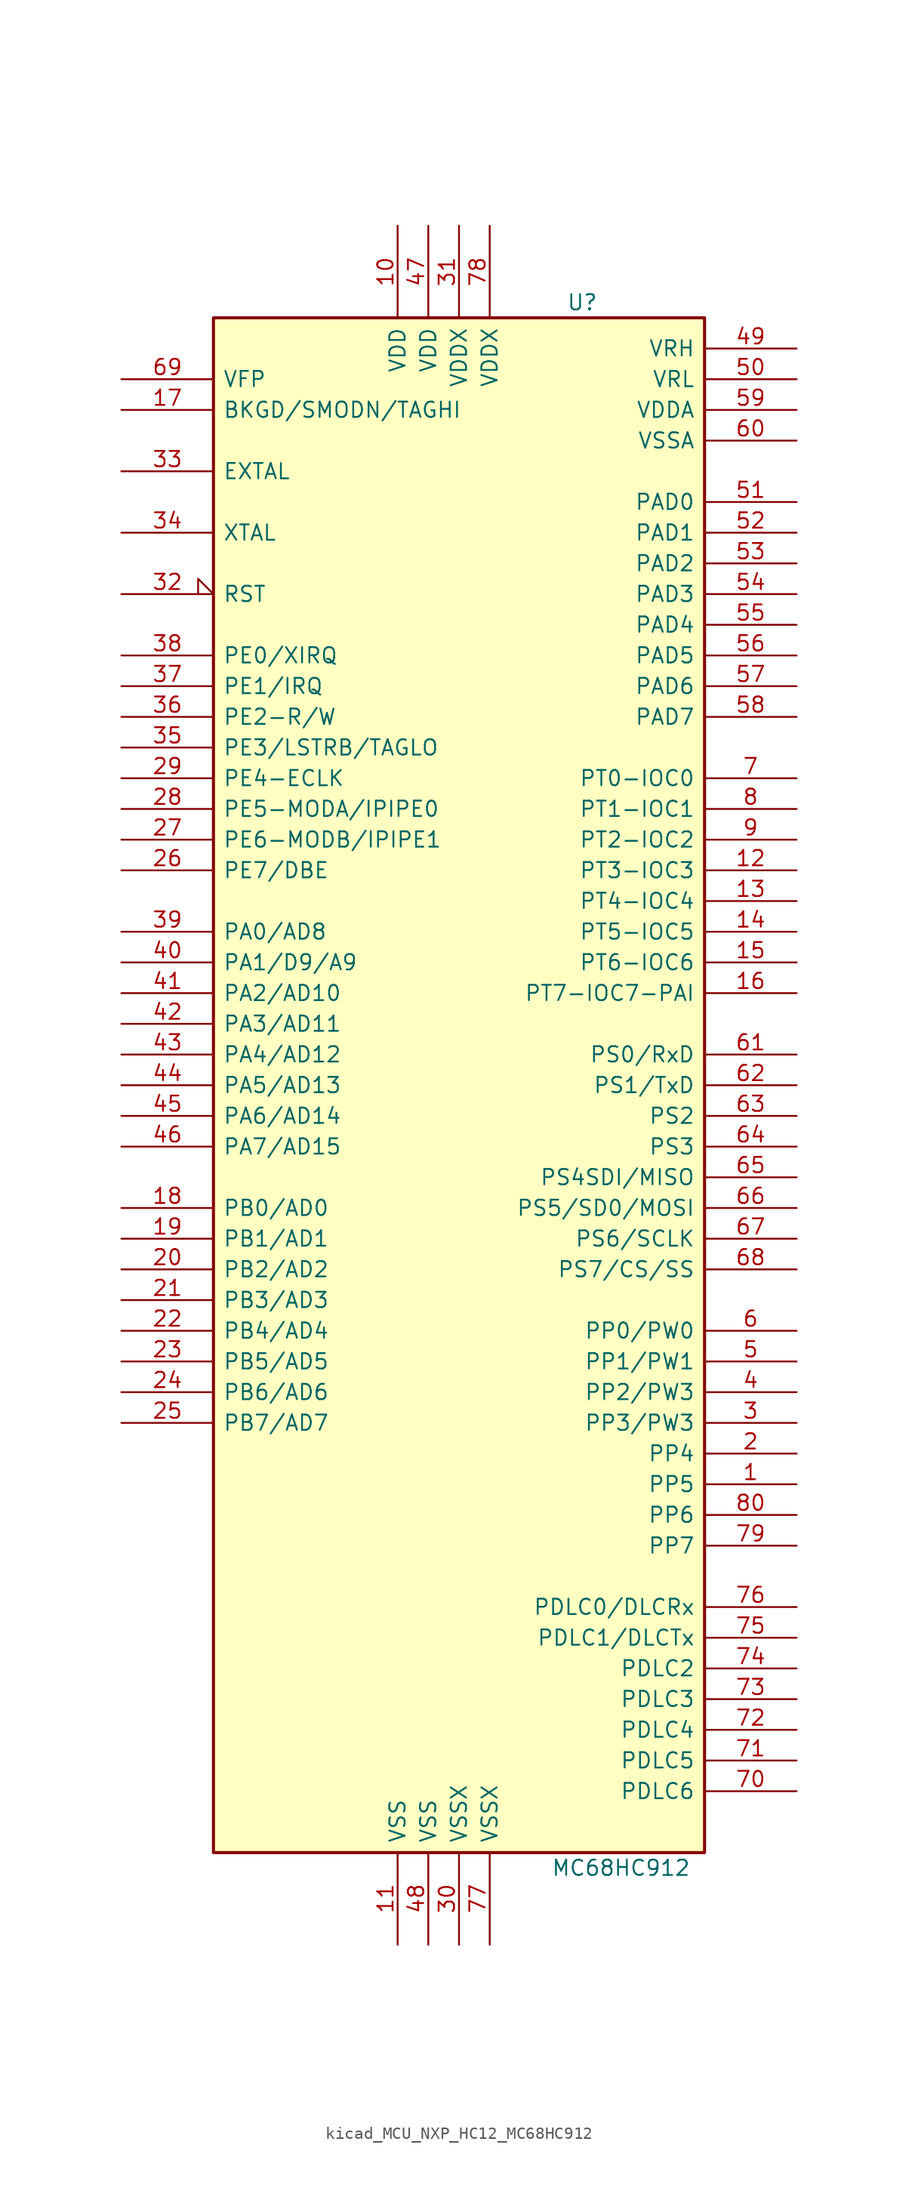
<source format=kicad_sym>
(kicad_symbol_lib
  (version 20220914)
  (generator kicad_symbol_editor)
  (symbol "kicad_MCU_NXP_HC12_MC68HC912"
    (pin_names
      (offset 0.762))
    (property "Reference" "U"
      (at 8.89 67.31 0)
      (effects (font (size 1.27 1.27)) (justify left)))
    (property "Value" "MC68HC912"
      (at 7.62 -62.23 0)
      (effects (font (size 1.27 1.27)) (justify left)))
    (symbol "kicad_MCU_NXP_HC12_MC68HC912_0_1"
      (rectangle (start -20.32 -60.96) (end 20.32 66.04) (stroke (width 0.254) (type default)) (fill (type background))))
    (symbol "kicad_MCU_NXP_HC12_MC68HC912_1_1"
      (pin bidirectional line (at 27.94 -30.48 180) (length 7.62) (name "PP5" (effects (font (size 1.27 1.27)))) (number "1" (effects (font (size 1.27 1.27)))))
      (pin power_in line (at -5.08 73.66 270) (length 7.62) (name "VDD" (effects (font (size 1.27 1.27)))) (number "10" (effects (font (size 1.27 1.27)))))
      (pin power_in line (at -5.08 -68.58 90) (length 7.62) (name "VSS" (effects (font (size 1.27 1.27)))) (number "11" (effects (font (size 1.27 1.27)))))
      (pin bidirectional line (at 27.94 20.32 180) (length 7.62) (name "PT3-IOC3" (effects (font (size 1.27 1.27)))) (number "12" (effects (font (size 1.27 1.27)))))
      (pin bidirectional line (at 27.94 17.78 180) (length 7.62) (name "PT4-IOC4" (effects (font (size 1.27 1.27)))) (number "13" (effects (font (size 1.27 1.27)))))
      (pin bidirectional line (at 27.94 15.24 180) (length 7.62) (name "PT5-IOC5" (effects (font (size 1.27 1.27)))) (number "14" (effects (font (size 1.27 1.27)))))
      (pin bidirectional line (at 27.94 12.7 180) (length 7.62) (name "PT6-IOC6" (effects (font (size 1.27 1.27)))) (number "15" (effects (font (size 1.27 1.27)))))
      (pin bidirectional line (at 27.94 10.16 180) (length 7.62) (name "PT7-IOC7-PAI" (effects (font (size 1.27 1.27)))) (number "16" (effects (font (size 1.27 1.27)))))
      (pin bidirectional line (at -27.94 58.42 0) (length 7.62) (name "BKGD/SMODN/TAGHI" (effects (font (size 1.27 1.27)))) (number "17" (effects (font (size 1.27 1.27)))))
      (pin bidirectional line (at -27.94 -7.62 0) (length 7.62) (name "PB0/AD0" (effects (font (size 1.27 1.27)))) (number "18" (effects (font (size 1.27 1.27)))))
      (pin bidirectional line (at -27.94 -10.16 0) (length 7.62) (name "PB1/AD1" (effects (font (size 1.27 1.27)))) (number "19" (effects (font (size 1.27 1.27)))))
      (pin bidirectional line (at 27.94 -27.94 180) (length 7.62) (name "PP4" (effects (font (size 1.27 1.27)))) (number "2" (effects (font (size 1.27 1.27)))))
      (pin bidirectional line (at -27.94 -12.7 0) (length 7.62) (name "PB2/AD2" (effects (font (size 1.27 1.27)))) (number "20" (effects (font (size 1.27 1.27)))))
      (pin bidirectional line (at -27.94 -15.24 0) (length 7.62) (name "PB3/AD3" (effects (font (size 1.27 1.27)))) (number "21" (effects (font (size 1.27 1.27)))))
      (pin bidirectional line (at -27.94 -17.78 0) (length 7.62) (name "PB4/AD4" (effects (font (size 1.27 1.27)))) (number "22" (effects (font (size 1.27 1.27)))))
      (pin bidirectional line (at -27.94 -20.32 0) (length 7.62) (name "PB5/AD5" (effects (font (size 1.27 1.27)))) (number "23" (effects (font (size 1.27 1.27)))))
      (pin bidirectional line (at -27.94 -22.86 0) (length 7.62) (name "PB6/AD6" (effects (font (size 1.27 1.27)))) (number "24" (effects (font (size 1.27 1.27)))))
      (pin bidirectional line (at -27.94 -25.4 0) (length 7.62) (name "PB7/AD7" (effects (font (size 1.27 1.27)))) (number "25" (effects (font (size 1.27 1.27)))))
      (pin bidirectional line (at -27.94 20.32 0) (length 7.62) (name "PE7/DBE" (effects (font (size 1.27 1.27)))) (number "26" (effects (font (size 1.27 1.27)))))
      (pin bidirectional line (at -27.94 22.86 0) (length 7.62) (name "PE6-MODB/IPIPE1" (effects (font (size 1.27 1.27)))) (number "27" (effects (font (size 1.27 1.27)))))
      (pin bidirectional line (at -27.94 25.4 0) (length 7.62) (name "PE5-MODA/IPIPE0" (effects (font (size 1.27 1.27)))) (number "28" (effects (font (size 1.27 1.27)))))
      (pin bidirectional line (at -27.94 27.94 0) (length 7.62) (name "PE4-ECLK" (effects (font (size 1.27 1.27)))) (number "29" (effects (font (size 1.27 1.27)))))
      (pin bidirectional line (at 27.94 -25.4 180) (length 7.62) (name "PP3/PW3" (effects (font (size 1.27 1.27)))) (number "3" (effects (font (size 1.27 1.27)))))
      (pin power_in line (at 0 -68.58 90) (length 7.62) (name "VSSX" (effects (font (size 1.27 1.27)))) (number "30" (effects (font (size 1.27 1.27)))))
      (pin power_in line (at 0 73.66 270) (length 7.62) (name "VDDX" (effects (font (size 1.27 1.27)))) (number "31" (effects (font (size 1.27 1.27)))))
      (pin bidirectional input_low (at -27.94 43.18 0) (length 7.62) (name "RST" (effects (font (size 1.27 1.27)))) (number "32" (effects (font (size 1.27 1.27)))))
      (pin input line (at -27.94 53.34 0) (length 7.62) (name "EXTAL" (effects (font (size 1.27 1.27)))) (number "33" (effects (font (size 1.27 1.27)))))
      (pin output line (at -27.94 48.26 0) (length 7.62) (name "XTAL" (effects (font (size 1.27 1.27)))) (number "34" (effects (font (size 1.27 1.27)))))
      (pin bidirectional line (at -27.94 30.48 0) (length 7.62) (name "PE3/LSTRB/TAGLO" (effects (font (size 1.27 1.27)))) (number "35" (effects (font (size 1.27 1.27)))))
      (pin bidirectional line (at -27.94 33.02 0) (length 7.62) (name "PE2-R/W" (effects (font (size 1.27 1.27)))) (number "36" (effects (font (size 1.27 1.27)))))
      (pin input line (at -27.94 35.56 0) (length 7.62) (name "PE1/IRQ" (effects (font (size 1.27 1.27)))) (number "37" (effects (font (size 1.27 1.27)))))
      (pin input line (at -27.94 38.1 0) (length 7.62) (name "PE0/XIRQ" (effects (font (size 1.27 1.27)))) (number "38" (effects (font (size 1.27 1.27)))))
      (pin bidirectional line (at -27.94 15.24 0) (length 7.62) (name "PA0/AD8" (effects (font (size 1.27 1.27)))) (number "39" (effects (font (size 1.27 1.27)))))
      (pin bidirectional line (at 27.94 -22.86 180) (length 7.62) (name "PP2/PW3" (effects (font (size 1.27 1.27)))) (number "4" (effects (font (size 1.27 1.27)))))
      (pin bidirectional line (at -27.94 12.7 0) (length 7.62) (name "PA1/D9/A9" (effects (font (size 1.27 1.27)))) (number "40" (effects (font (size 1.27 1.27)))))
      (pin bidirectional line (at -27.94 10.16 0) (length 7.62) (name "PA2/AD10" (effects (font (size 1.27 1.27)))) (number "41" (effects (font (size 1.27 1.27)))))
      (pin bidirectional line (at -27.94 7.62 0) (length 7.62) (name "PA3/AD11" (effects (font (size 1.27 1.27)))) (number "42" (effects (font (size 1.27 1.27)))))
      (pin bidirectional line (at -27.94 5.08 0) (length 7.62) (name "PA4/AD12" (effects (font (size 1.27 1.27)))) (number "43" (effects (font (size 1.27 1.27)))))
      (pin bidirectional line (at -27.94 2.54 0) (length 7.62) (name "PA5/AD13" (effects (font (size 1.27 1.27)))) (number "44" (effects (font (size 1.27 1.27)))))
      (pin bidirectional line (at -27.94 0 0) (length 7.62) (name "PA6/AD14" (effects (font (size 1.27 1.27)))) (number "45" (effects (font (size 1.27 1.27)))))
      (pin bidirectional line (at -27.94 -2.54 0) (length 7.62) (name "PA7/AD15" (effects (font (size 1.27 1.27)))) (number "46" (effects (font (size 1.27 1.27)))))
      (pin power_in line (at -2.54 73.66 270) (length 7.62) (name "VDD" (effects (font (size 1.27 1.27)))) (number "47" (effects (font (size 1.27 1.27)))))
      (pin power_in line (at -2.54 -68.58 90) (length 7.62) (name "VSS" (effects (font (size 1.27 1.27)))) (number "48" (effects (font (size 1.27 1.27)))))
      (pin input line (at 27.94 63.5 180) (length 7.62) (name "VRH" (effects (font (size 1.27 1.27)))) (number "49" (effects (font (size 1.27 1.27)))))
      (pin bidirectional line (at 27.94 -20.32 180) (length 7.62) (name "PP1/PW1" (effects (font (size 1.27 1.27)))) (number "5" (effects (font (size 1.27 1.27)))))
      (pin input line (at 27.94 60.96 180) (length 7.62) (name "VRL" (effects (font (size 1.27 1.27)))) (number "50" (effects (font (size 1.27 1.27)))))
      (pin input line (at 27.94 50.8 180) (length 7.62) (name "PAD0" (effects (font (size 1.27 1.27)))) (number "51" (effects (font (size 1.27 1.27)))))
      (pin input line (at 27.94 48.26 180) (length 7.62) (name "PAD1" (effects (font (size 1.27 1.27)))) (number "52" (effects (font (size 1.27 1.27)))))
      (pin input line (at 27.94 45.72 180) (length 7.62) (name "PAD2" (effects (font (size 1.27 1.27)))) (number "53" (effects (font (size 1.27 1.27)))))
      (pin input line (at 27.94 43.18 180) (length 7.62) (name "PAD3" (effects (font (size 1.27 1.27)))) (number "54" (effects (font (size 1.27 1.27)))))
      (pin input line (at 27.94 40.64 180) (length 7.62) (name "PAD4" (effects (font (size 1.27 1.27)))) (number "55" (effects (font (size 1.27 1.27)))))
      (pin input line (at 27.94 38.1 180) (length 7.62) (name "PAD5" (effects (font (size 1.27 1.27)))) (number "56" (effects (font (size 1.27 1.27)))))
      (pin input line (at 27.94 35.56 180) (length 7.62) (name "PAD6" (effects (font (size 1.27 1.27)))) (number "57" (effects (font (size 1.27 1.27)))))
      (pin input line (at 27.94 33.02 180) (length 7.62) (name "PAD7" (effects (font (size 1.27 1.27)))) (number "58" (effects (font (size 1.27 1.27)))))
      (pin input line (at 27.94 58.42 180) (length 7.62) (name "VDDA" (effects (font (size 1.27 1.27)))) (number "59" (effects (font (size 1.27 1.27)))))
      (pin bidirectional line (at 27.94 -17.78 180) (length 7.62) (name "PP0/PW0" (effects (font (size 1.27 1.27)))) (number "6" (effects (font (size 1.27 1.27)))))
      (pin input line (at 27.94 55.88 180) (length 7.62) (name "VSSA" (effects (font (size 1.27 1.27)))) (number "60" (effects (font (size 1.27 1.27)))))
      (pin bidirectional line (at 27.94 5.08 180) (length 7.62) (name "PS0/RxD" (effects (font (size 1.27 1.27)))) (number "61" (effects (font (size 1.27 1.27)))))
      (pin bidirectional line (at 27.94 2.54 180) (length 7.62) (name "PS1/TxD" (effects (font (size 1.27 1.27)))) (number "62" (effects (font (size 1.27 1.27)))))
      (pin bidirectional line (at 27.94 0 180) (length 7.62) (name "PS2" (effects (font (size 1.27 1.27)))) (number "63" (effects (font (size 1.27 1.27)))))
      (pin bidirectional line (at 27.94 -2.54 180) (length 7.62) (name "PS3" (effects (font (size 1.27 1.27)))) (number "64" (effects (font (size 1.27 1.27)))))
      (pin bidirectional line (at 27.94 -5.08 180) (length 7.62) (name "PS4SDI/MISO" (effects (font (size 1.27 1.27)))) (number "65" (effects (font (size 1.27 1.27)))))
      (pin bidirectional line (at 27.94 -7.62 180) (length 7.62) (name "PS5/SD0/MOSI" (effects (font (size 1.27 1.27)))) (number "66" (effects (font (size 1.27 1.27)))))
      (pin bidirectional line (at 27.94 -10.16 180) (length 7.62) (name "PS6/SCLK" (effects (font (size 1.27 1.27)))) (number "67" (effects (font (size 1.27 1.27)))))
      (pin bidirectional line (at 27.94 -12.7 180) (length 7.62) (name "PS7/CS/SS" (effects (font (size 1.27 1.27)))) (number "68" (effects (font (size 1.27 1.27)))))
      (pin input line (at -27.94 60.96 0) (length 7.62) (name "VFP" (effects (font (size 1.27 1.27)))) (number "69" (effects (font (size 1.27 1.27)))))
      (pin bidirectional line (at 27.94 27.94 180) (length 7.62) (name "PT0-IOC0" (effects (font (size 1.27 1.27)))) (number "7" (effects (font (size 1.27 1.27)))))
      (pin bidirectional line (at 27.94 -55.88 180) (length 7.62) (name "PDLC6" (effects (font (size 1.27 1.27)))) (number "70" (effects (font (size 1.27 1.27)))))
      (pin bidirectional line (at 27.94 -53.34 180) (length 7.62) (name "PDLC5" (effects (font (size 1.27 1.27)))) (number "71" (effects (font (size 1.27 1.27)))))
      (pin bidirectional line (at 27.94 -50.8 180) (length 7.62) (name "PDLC4" (effects (font (size 1.27 1.27)))) (number "72" (effects (font (size 1.27 1.27)))))
      (pin bidirectional line (at 27.94 -48.26 180) (length 7.62) (name "PDLC3" (effects (font (size 1.27 1.27)))) (number "73" (effects (font (size 1.27 1.27)))))
      (pin bidirectional line (at 27.94 -45.72 180) (length 7.62) (name "PDLC2" (effects (font (size 1.27 1.27)))) (number "74" (effects (font (size 1.27 1.27)))))
      (pin bidirectional line (at 27.94 -43.18 180) (length 7.62) (name "PDLC1/DLCTx" (effects (font (size 1.27 1.27)))) (number "75" (effects (font (size 1.27 1.27)))))
      (pin bidirectional line (at 27.94 -40.64 180) (length 7.62) (name "PDLC0/DLCRx" (effects (font (size 1.27 1.27)))) (number "76" (effects (font (size 1.27 1.27)))))
      (pin power_in line (at 2.54 -68.58 90) (length 7.62) (name "VSSX" (effects (font (size 1.27 1.27)))) (number "77" (effects (font (size 1.27 1.27)))))
      (pin power_in line (at 2.54 73.66 270) (length 7.62) (name "VDDX" (effects (font (size 1.27 1.27)))) (number "78" (effects (font (size 1.27 1.27)))))
      (pin bidirectional line (at 27.94 -35.56 180) (length 7.62) (name "PP7" (effects (font (size 1.27 1.27)))) (number "79" (effects (font (size 1.27 1.27)))))
      (pin bidirectional line (at 27.94 25.4 180) (length 7.62) (name "PT1-IOC1" (effects (font (size 1.27 1.27)))) (number "8" (effects (font (size 1.27 1.27)))))
      (pin bidirectional line (at 27.94 -33.02 180) (length 7.62) (name "PP6" (effects (font (size 1.27 1.27)))) (number "80" (effects (font (size 1.27 1.27)))))
      (pin bidirectional line (at 27.94 22.86 180) (length 7.62) (name "PT2-IOC2" (effects (font (size 1.27 1.27)))) (number "9" (effects (font (size 1.27 1.27))))))))
</source>
